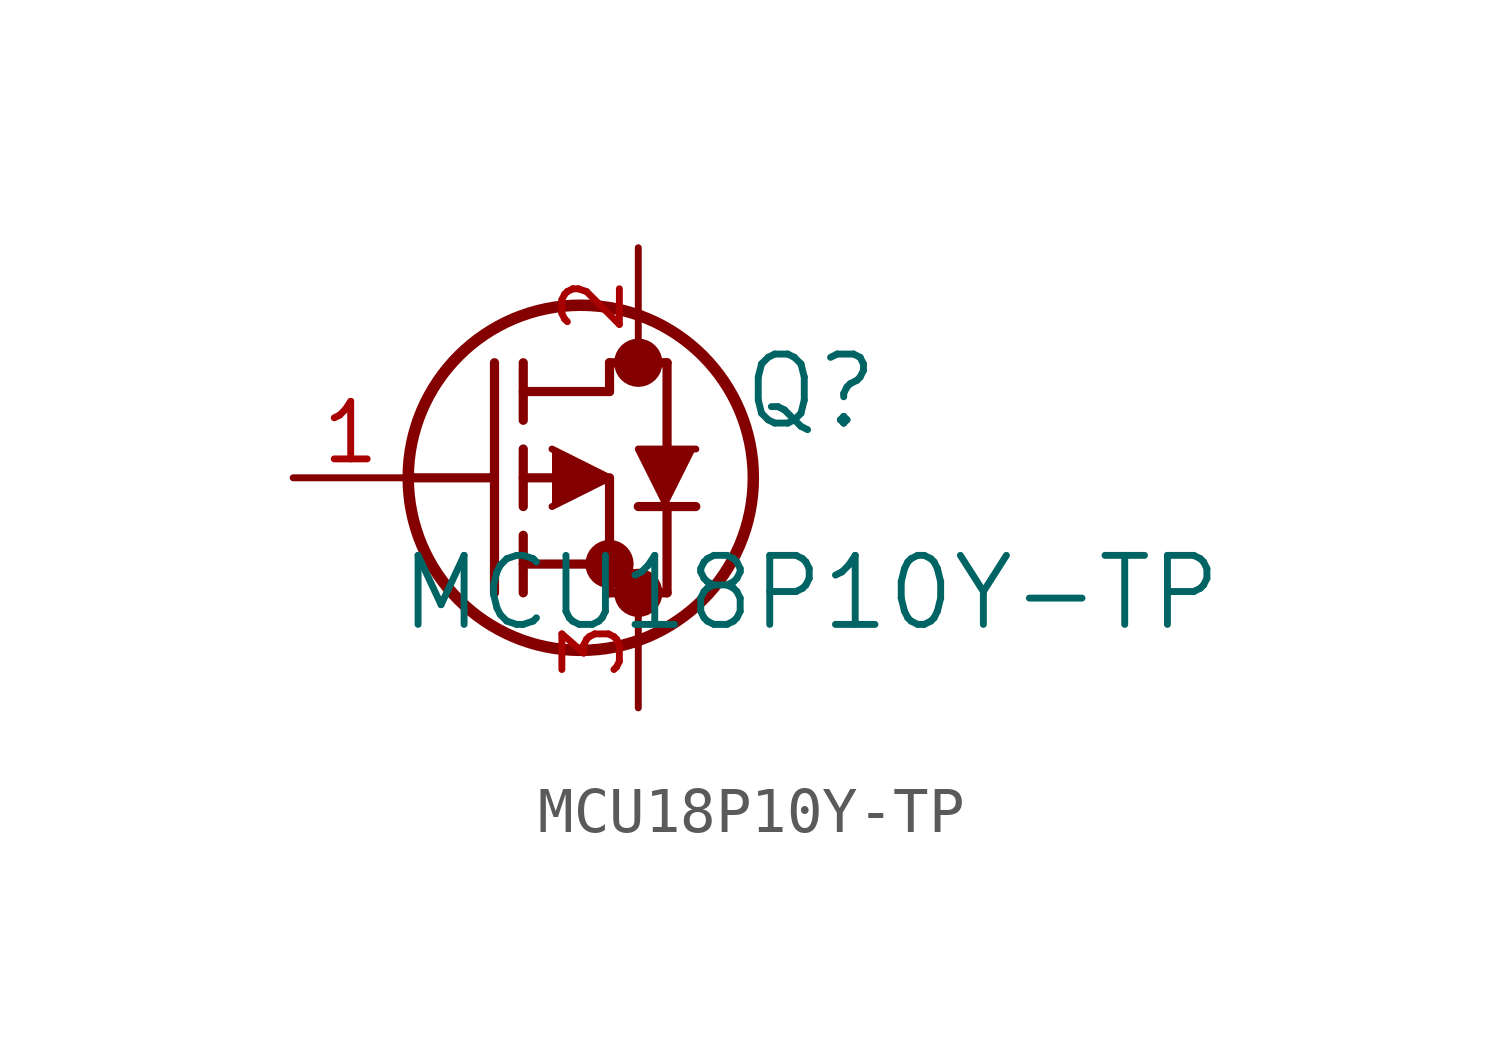
<source format=kicad_sym>
(kicad_symbol_lib
  (version 20241209)
  (generator "kicad_symbol_editor")
  (generator_version "9.0")
  (symbol "MCU18P10Y-TP"
    (pin_names
      (offset 0.254))
    (property "Reference" "Q"
      (at 11.43 1.905 0)
      (effects (font (size 1.524 1.524))))
    (property "Value" "MCU18P10Y-TP"
      (at 11.43 -2.54 0)
      (effects (font (size 1.524 1.524))))
    (symbol "MCU18P10Y-TP_0_1"
      (polyline (pts (xy 2.54 0) (xy 4.445 0)) (stroke (width 0.203) (type default)) (fill (type none)))
      (polyline (pts (xy 4.445 -2.54) (xy 4.445 2.54)) (stroke (width 0.203) (type default)) (fill (type none)))
      (polyline (pts (xy 5.08 1.905) (xy 6.985 1.905)) (stroke (width 0.203) (type default)) (fill (type none)))
      (polyline (pts (xy 5.08 1.27) (xy 5.08 2.54)) (stroke (width 0.203) (type default)) (fill (type none)))
      (polyline (pts (xy 5.08 0) (xy 5.715 0)) (stroke (width 0.203) (type default)) (fill (type none)))
      (polyline (pts (xy 5.08 -0.635) (xy 5.08 0.635)) (stroke (width 0.203) (type default)) (fill (type none)))
      (polyline (pts (xy 5.08 -1.905) (xy 6.985 -1.905)) (stroke (width 0.203) (type default)) (fill (type none)))
      (polyline (pts (xy 5.08 -2.54) (xy 5.08 -1.27)) (stroke (width 0.203) (type default)) (fill (type none)))
      (polyline (pts (xy 5.715 0.635) (xy 6.985 0) (xy 5.715 -0.635)) (stroke (width 0) (type default)) (fill (type outline)))
      (circle (center 6.35 0) (radius 3.81) (stroke (width 0.254) (type default)) (fill (type none)))
      (polyline (pts (xy 6.985 2.54) (xy 8.255 2.54)) (stroke (width 0.203) (type default)) (fill (type none)))
      (polyline (pts (xy 6.985 1.905) (xy 6.985 2.54)) (stroke (width 0.203) (type default)) (fill (type none)))
      (circle (center 6.985 -1.905) (radius 0.025) (stroke (width 0.508) (type default)) (fill (type none)))
      (polyline (pts (xy 6.985 -2.54) (xy 6.985 0)) (stroke (width 0.203) (type default)) (fill (type none)))
      (polyline (pts (xy 6.985 -2.54) (xy 8.255 -2.54)) (stroke (width 0.203) (type default)) (fill (type none)))
      (circle (center 7.62 2.54) (radius 0.025) (stroke (width 0.508) (type default)) (fill (type none)))
      (circle (center 7.62 -2.54) (radius 0.025) (stroke (width 0.508) (type default)) (fill (type none)))
      (polyline (pts (xy 8.255 0.635) (xy 8.255 2.54)) (stroke (width 0.203) (type default)) (fill (type none)))
      (polyline (pts (xy 8.255 -2.54) (xy 8.255 -0.635)) (stroke (width 0.203) (type default)) (fill (type none)))
      (polyline (pts (xy 8.89 0.635) (xy 7.62 0.635) (xy 8.255 -0.635)) (stroke (width 0) (type default)) (fill (type outline)))
      (polyline (pts (xy 8.89 -0.635) (xy 7.62 -0.635)) (stroke (width 0.203) (type default)) (fill (type none)))
      (pin input line (at 0 0 0) (length 2.54) (name "" (effects (font (size 1.27 1.27)))) (number "1" (effects (font (size 1.27 1.27)))))
      (pin passive line (at 7.62 5.08 270) (length 2.54) (name "" (effects (font (size 1.27 1.27)))) (number "2" (effects (font (size 1.27 1.27)))))
      (pin passive line (at 7.62 -5.08 90) (length 2.54) (name "" (effects (font (size 1.27 1.27)))) (number "3" (effects (font (size 1.27 1.27))))))))
</source>
